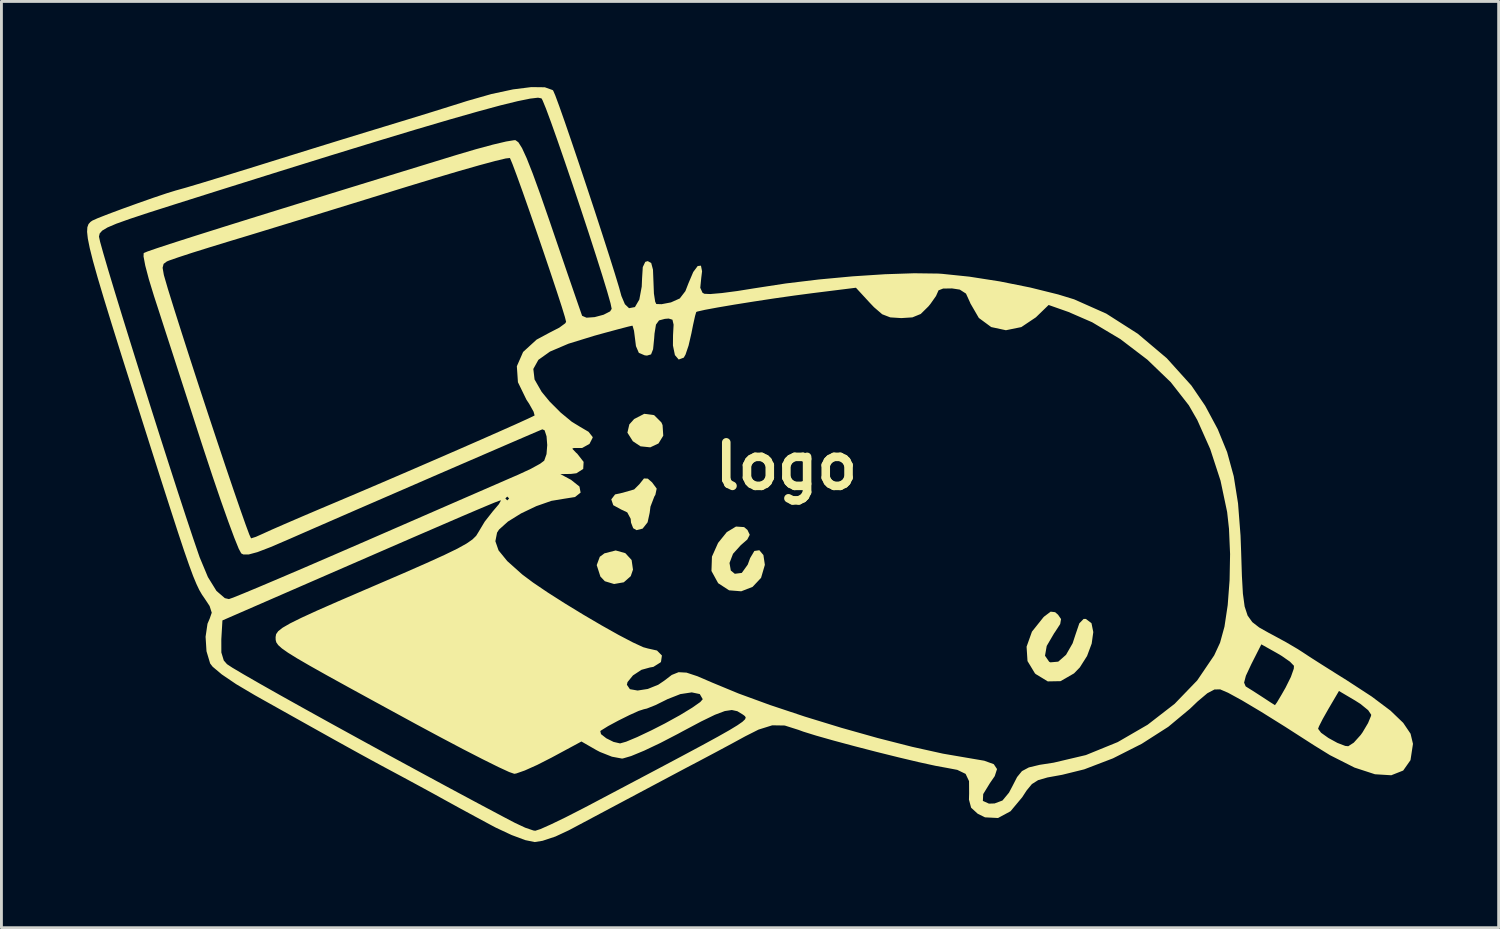
<source format=kicad_pcb>
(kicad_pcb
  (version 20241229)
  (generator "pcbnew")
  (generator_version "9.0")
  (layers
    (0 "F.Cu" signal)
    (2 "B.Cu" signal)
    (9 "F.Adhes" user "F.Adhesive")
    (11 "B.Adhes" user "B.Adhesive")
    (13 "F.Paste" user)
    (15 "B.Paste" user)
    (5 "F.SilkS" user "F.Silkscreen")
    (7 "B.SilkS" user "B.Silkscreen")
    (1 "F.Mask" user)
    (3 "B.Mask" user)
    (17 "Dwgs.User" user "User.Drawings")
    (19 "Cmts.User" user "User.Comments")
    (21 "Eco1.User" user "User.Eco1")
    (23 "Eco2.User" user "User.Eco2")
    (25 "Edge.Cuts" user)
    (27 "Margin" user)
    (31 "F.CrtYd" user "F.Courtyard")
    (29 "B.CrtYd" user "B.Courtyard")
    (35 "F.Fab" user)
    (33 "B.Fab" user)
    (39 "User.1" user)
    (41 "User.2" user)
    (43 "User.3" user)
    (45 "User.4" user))
  (footprint "logo"
    (layer "F.Cu")
    (at 24.487 13.275)
    (property "Reference" "logo" (at 0 0 0) (layer "F.SilkS") (effects (font (size 1.524 1.524) (thickness 0.3))))
    (attr board_only exclude_from_pos_files exclude_from_bom)
    (fp_poly (pts (xy -5.64 3.045) (xy -5.419 3.286) (xy -5.371 3.623) (xy -5.45 3.852) (xy -5.693 4.066) (xy -6.033 4.126) (xy -6.356 4.029) (xy -6.512 3.865) (xy -6.641 3.464) (xy -6.533 3.172) (xy -6.371 3.052) (xy -5.976 2.951)) (stroke (width 0) (type solid)) (fill yes) (layer "F.SilkS"))
    (fp_poly (pts (xy -4.632 -1.788) (xy -4.376 -1.532) (xy -4.335 -1.438) (xy -4.311 -1.068) (xy -4.477 -0.796) (xy -4.766 -0.66) (xy -5.108 -0.696) (xy -5.376 -0.874) (xy -5.566 -1.174) (xy -5.499 -1.464) (xy -5.33 -1.652) (xy -4.976 -1.834)) (stroke (width 0) (type solid)) (fill yes) (layer "F.SilkS"))
    (fp_poly (pts (xy -4.852 0.436) (xy -4.702 0.567) (xy -4.541 0.785) (xy -4.587 1.002) (xy -4.624 1.064) (xy -4.759 1.416) (xy -4.787 1.634) (xy -4.859 1.965) (xy -5.033 2.186) (xy -5.247 2.24) (xy -5.364 2.172) (xy -5.44 1.976) (xy -5.452 1.842) (xy -5.572 1.618) (xy -5.785 1.517) (xy -6.062 1.366) (xy -6.131 1.162) (xy -5.998 0.989) (xy -5.735 0.931) (xy -5.33 0.814) (xy -5.148 0.632) (xy -4.986 0.429)) (stroke (width 0) (type solid)) (fill yes) (layer "F.SilkS"))
    (fp_poly (pts (xy -1.48 2.133) (xy -1.361 2.235) (xy -1.282 2.402) (xy -1.369 2.569) (xy -1.594 2.764) (xy -1.868 3.068) (xy -1.991 3.389) (xy -1.946 3.654) (xy -1.805 3.768) (xy -1.561 3.737) (xy -1.353 3.448) (xy -1.268 3.217) (xy -1.121 2.969) (xy -0.946 2.943) (xy -0.804 3.112) (xy -0.754 3.447) (xy -0.754 3.459) (xy -0.886 3.91) (xy -1.184 4.227) (xy -1.58 4.381) (xy -2.005 4.347) (xy -2.389 4.097) (xy -2.623 3.67) (xy -2.606 3.167) (xy -2.392 2.688) (xy -2.084 2.306) (xy -1.764 2.114)) (stroke (width 0) (type solid)) (fill yes) (layer "F.SilkS"))
    (fp_poly (pts (xy 9.412 5.113) (xy 9.514 5.201) (xy 9.619 5.353) (xy 9.589 5.528) (xy 9.404 5.813) (xy 9.377 5.85) (xy 9.117 6.295) (xy 9.057 6.637) (xy 9.203 6.849) (xy 9.247 6.869) (xy 9.52 6.845) (xy 9.793 6.606) (xy 10.025 6.201) (xy 10.128 5.887) (xy 10.259 5.503) (xy 10.408 5.35) (xy 10.488 5.348) (xy 10.685 5.499) (xy 10.748 5.809) (xy 10.692 6.212) (xy 10.53 6.646) (xy 10.276 7.047) (xy 10.073 7.256) (xy 9.602 7.528) (xy 9.153 7.536) (xy 8.731 7.279) (xy 8.704 7.254) (xy 8.444 6.824) (xy 8.412 6.321) (xy 8.6 5.794) (xy 9 5.293) (xy 9.033 5.261) (xy 9.256 5.094)) (stroke (width 0) (type solid)) (fill yes) (layer "F.SilkS"))
    (fp_poly (pts (xy -8.458 -13.269) (xy -8.185 -13.171) (xy -8.164 -13.148) (xy -8.093 -12.985) (xy -7.954 -12.609) (xy -7.76 -12.059) (xy -7.526 -11.377) (xy -7.264 -10.603) (xy -6.988 -9.776) (xy -6.71 -8.936) (xy -6.446 -8.125) (xy -6.207 -7.382) (xy -6.007 -6.747) (xy -5.859 -6.26) (xy -5.777 -5.962) (xy -5.777 -5.961) (xy -5.654 -5.672) (xy -5.509 -5.533) (xy -5.303 -5.572) (xy -5.149 -5.836) (xy -5.065 -6.289) (xy -5.053 -6.574) (xy -5.028 -6.972) (xy -4.941 -7.155) (xy -4.854 -7.181) (xy -4.733 -7.115) (xy -4.671 -6.883) (xy -4.654 -6.458) (xy -4.638 -6.047) (xy -4.594 -5.761) (xy -4.555 -5.679) (xy -4.369 -5.673) (xy -4.054 -5.733) (xy -4.034 -5.739) (xy -3.732 -5.874) (xy -3.536 -6.13) (xy -3.427 -6.409) (xy -3.261 -6.8) (xy -3.105 -7.009) (xy -2.991 -7.022) (xy -2.952 -6.826) (xy -2.98 -6.598) (xy -3.015 -6.248) (xy -2.936 -6.073) (xy -2.87 -6.037) (xy -2.666 -6.028) (xy -2.259 -6.063) (xy -1.711 -6.135) (xy -1.099 -6.233) (xy -0.026 -6.398) (xy 1.135 -6.538) (xy 2.317 -6.648) (xy 3.453 -6.722) (xy 4.475 -6.756) (xy 5.316 -6.745) (xy 5.452 -6.736) (xy 6.409 -6.637) (xy 7.473 -6.471) (xy 8.543 -6.256) (xy 9.518 -6.014) (xy 10.077 -5.843) (xy 11.202 -5.343) (xy 12.306 -4.638) (xy 13.321 -3.781) (xy 14.183 -2.825) (xy 14.665 -2.117) (xy 15.106 -1.295) (xy 15.434 -0.493) (xy 15.666 0.352) (xy 15.817 1.304) (xy 15.904 2.427) (xy 15.925 2.992) (xy 15.952 3.839) (xy 15.987 4.464) (xy 16.048 4.914) (xy 16.152 5.231) (xy 16.317 5.461) (xy 16.559 5.649) (xy 16.897 5.839) (xy 17.061 5.926) (xy 17.506 6.168) (xy 17.907 6.404) (xy 18.077 6.513) (xy 18.333 6.682) (xy 18.75 6.948) (xy 19.261 7.27) (xy 19.615 7.491) (xy 20.499 8.067) (xy 21.155 8.56) (xy 21.601 8.988) (xy 21.858 9.368) (xy 21.942 9.719) (xy 21.942 9.729) (xy 21.856 10.294) (xy 21.6 10.658) (xy 21.183 10.823) (xy 20.612 10.788) (xy 19.895 10.554) (xy 19.037 10.12) (xy 18.475 9.773) (xy 17.577 9.196) (xy 18.62 9.196) (xy 18.725 9.335) (xy 18.982 9.518) (xy 19.296 9.69) (xy 19.572 9.796) (xy 19.677 9.806) (xy 19.87 9.681) (xy 20.111 9.413) (xy 20.176 9.322) (xy 20.369 8.997) (xy 20.473 8.747) (xy 20.48 8.704) (xy 20.374 8.545) (xy 20.105 8.326) (xy 19.915 8.205) (xy 19.351 7.872) (xy 18.987 8.491) (xy 18.783 8.851) (xy 18.65 9.113) (xy 18.62 9.196) (xy 17.577 9.196) (xy 17.468 9.126) (xy 16.622 8.598) (xy 15.95 8.198) (xy 15.467 7.934) (xy 15.19 7.815) (xy 14.991 7.82) (xy 14.742 7.951) (xy 14.398 8.241) (xy 14.132 8.496) (xy 13.375 9.126) (xy 12.447 9.72) (xy 11.437 10.231) (xy 10.431 10.616) (xy 9.658 10.807) (xy 9.144 10.9) (xy 8.816 10.994) (xy 8.598 11.132) (xy 8.412 11.358) (xy 8.259 11.593) (xy 7.849 12.084) (xy 7.412 12.32) (xy 6.957 12.297) (xy 6.701 12.171) (xy 6.47 11.96) (xy 6.394 11.677) (xy 6.4 11.457) (xy 6.397 11.029) (xy 6.277 10.775) (xy 5.985 10.634) (xy 5.615 10.564) (xy 5.217 10.491) (xy 4.636 10.364) (xy 3.932 10.197) (xy 3.163 10.006) (xy 2.386 9.805) (xy 1.66 9.61) (xy 1.042 9.435) (xy 0.591 9.295) (xy 0.425 9.234) (xy -0.057 9.081) (xy -0.494 9.074) (xy -0.974 9.224) (xy -1.442 9.46) (xy -1.886 9.702) (xy -2.475 10.018) (xy -3.12 10.36) (xy -3.524 10.572) (xy -7.616 12.749) (xy -8.088 12.969) (xy -8.537 13.118) (xy -8.813 13.162) (xy -9.141 13.095) (xy -9.619 12.917) (xy -10.173 12.658) (xy -10.306 12.588) (xy -10.872 12.283) (xy -11.429 11.981) (xy -11.878 11.734) (xy -11.969 11.684) (xy -12.354 11.471) (xy -12.885 11.182) (xy -13.475 10.863) (xy -13.764 10.708) (xy -14.154 10.499) (xy -14.523 10.299) (xy -14.907 10.089) (xy -15.34 9.85) (xy -15.856 9.564) (xy -16.489 9.21) (xy -17.274 8.771) (xy -18.245 8.227) (xy -18.617 8.018) (xy -19.267 7.633) (xy -19.77 7.292) (xy -20.091 7.022) (xy -20.178 6.909) (xy -20.306 6.48) (xy -20.332 6.065) (xy -19.787 6.065) (xy -19.786 6.523) (xy -19.701 6.803) (xy -19.588 6.933) (xy -19.401 7.056) (xy -19.008 7.289) (xy -18.436 7.618) (xy -17.714 8.026) (xy -16.868 8.498) (xy -15.928 9.019) (xy -14.92 9.573) (xy -13.873 10.146) (xy -12.814 10.721) (xy -11.772 11.284) (xy -10.774 11.819) (xy -9.848 12.311) (xy -9.51 12.488) (xy -9.146 12.659) (xy -8.858 12.757) (xy -8.791 12.766) (xy -8.609 12.707) (xy -8.242 12.543) (xy -7.737 12.299) (xy -7.142 11.995) (xy -6.927 11.883) (xy -5.626 11.196) (xy -4.541 10.622) (xy -3.655 10.151) (xy -2.947 9.772) (xy -2.4 9.473) (xy -1.995 9.244) (xy -1.714 9.073) (xy -1.537 8.95) (xy -1.446 8.863) (xy -1.423 8.801) (xy -1.45 8.754) (xy -1.506 8.71) (xy -1.537 8.689) (xy -1.717 8.58) (xy -1.909 8.538) (xy -2.156 8.575) (xy -2.499 8.704) (xy -2.979 8.937) (xy -3.64 9.288) (xy -3.798 9.374) (xy -4.415 9.694) (xy -4.978 9.961) (xy -5.434 10.15) (xy -5.725 10.235) (xy -5.758 10.238) (xy -6.108 10.173) (xy -6.528 10.007) (xy -6.654 9.941) (xy -7.176 9.641) (xy -8.226 10.207) (xy -8.725 10.461) (xy -9.16 10.656) (xy -9.46 10.761) (xy -9.528 10.772) (xy -9.706 10.71) (xy -10.085 10.535) (xy -10.633 10.263) (xy -11.319 9.911) (xy -12.111 9.493) (xy -12.516 9.276) (xy -6.516 9.276) (xy -6.491 9.383) (xy -6.306 9.528) (xy -6.052 9.655) (xy -5.823 9.708) (xy -5.611 9.648) (xy -5.224 9.486) (xy -4.722 9.248) (xy -4.255 9.01) (xy -3.726 8.718) (xy -3.297 8.457) (xy -3.015 8.259) (xy -2.928 8.16) (xy -3.032 7.98) (xy -3.313 7.921) (xy -3.712 7.981) (xy -4.167 8.16) (xy -4.201 8.178) (xy -4.584 8.367) (xy -4.885 8.487) (xy -4.99 8.511) (xy -5.17 8.569) (xy -5.496 8.716) (xy -5.882 8.908) (xy -6.241 9.101) (xy -6.488 9.254) (xy -6.516 9.276) (xy -12.516 9.276) (xy -12.979 9.027) (xy -13.21 8.901) (xy -14.377 8.265) (xy -15.331 7.743) (xy -16.094 7.322) (xy -16.688 6.988) (xy -17.134 6.729) (xy -17.453 6.531) (xy -17.666 6.381) (xy -17.794 6.266) (xy -17.86 6.172) (xy -17.883 6.086) (xy -17.886 5.994) (xy -17.886 5.983) (xy -17.868 5.882) (xy -17.795 5.778) (xy -17.641 5.657) (xy -17.38 5.506) (xy -16.985 5.31) (xy -16.432 5.056) (xy -15.692 4.731) (xy -14.741 4.321) (xy -14.429 4.187) (xy -13.402 3.745) (xy -12.594 3.39) (xy -11.976 3.109) (xy -11.521 2.888) (xy -11.203 2.711) (xy -11.082 2.628) (xy -10.19 2.628) (xy -10.079 2.948) (xy -9.775 3.322) (xy -9.258 3.784) (xy -9.244 3.796) (xy -8.869 4.076) (xy -8.359 4.421) (xy -7.758 4.804) (xy -7.113 5.198) (xy -6.47 5.575) (xy -5.875 5.909) (xy -5.373 6.172) (xy -5.011 6.339) (xy -4.852 6.383) (xy -4.53 6.455) (xy -4.358 6.63) (xy -4.39 6.849) (xy -4.408 6.872) (xy -4.657 7.028) (xy -4.774 7.048) (xy -5.075 7.131) (xy -5.372 7.327) (xy -5.562 7.56) (xy -5.585 7.654) (xy -5.479 7.809) (xy -5.209 7.856) (xy -4.853 7.801) (xy -4.486 7.653) (xy -4.28 7.514) (xy -4.013 7.31) (xy -3.774 7.214) (xy -3.497 7.229) (xy -3.113 7.356) (xy -2.595 7.579) (xy -1.672 7.961) (xy -0.57 8.364) (xy 0.649 8.77) (xy 1.925 9.161) (xy 3.197 9.519) (xy 4.404 9.827) (xy 5.486 10.067) (xy 6.355 10.216) (xy 6.93 10.314) (xy 7.263 10.435) (xy 7.377 10.606) (xy 7.297 10.853) (xy 7.128 11.099) (xy 6.893 11.482) (xy 6.881 11.721) (xy 7.094 11.817) (xy 7.293 11.81) (xy 7.568 11.707) (xy 7.796 11.432) (xy 7.913 11.211) (xy 8.08 10.886) (xy 8.25 10.678) (xy 8.491 10.549) (xy 8.87 10.458) (xy 9.362 10.382) (xy 10.489 10.116) (xy 11.602 9.662) (xy 12.652 9.053) (xy 13.596 8.322) (xy 14.312 7.58) (xy 16.029 7.58) (xy 16.083 7.709) (xy 16.112 7.729) (xy 16.342 7.872) (xy 16.661 8.078) (xy 16.69 8.097) (xy 16.957 8.272) (xy 17.103 8.364) (xy 17.11 8.368) (xy 17.181 8.269) (xy 17.34 8.002) (xy 17.481 7.755) (xy 17.667 7.381) (xy 17.769 7.092) (xy 17.775 6.99) (xy 17.634 6.845) (xy 17.341 6.641) (xy 17.177 6.544) (xy 16.633 6.239) (xy 16.283 6.93) (xy 16.091 7.34) (xy 16.029 7.58) (xy 14.312 7.58) (xy 14.388 7.501) (xy 14.982 6.624) (xy 15.187 6.182) (xy 15.342 5.618) (xy 15.455 4.864) (xy 15.521 3.992) (xy 15.538 3.077) (xy 15.5 2.192) (xy 15.435 1.604) (xy 15.204 0.508) (xy 14.842 -0.601) (xy 14.39 -1.616) (xy 14.093 -2.133) (xy 13.462 -2.94) (xy 12.64 -3.731) (xy 11.698 -4.449) (xy 10.708 -5.04) (xy 9.878 -5.401) (xy 9.184 -5.645) (xy 8.738 -5.213) (xy 8.228 -4.871) (xy 7.688 -4.761) (xy 7.173 -4.872) (xy 6.74 -5.191) (xy 6.442 -5.705) (xy 6.433 -5.731) (xy 6.29 -6.044) (xy 6.072 -6.184) (xy 5.801 -6.225) (xy 5.488 -6.22) (xy 5.326 -6.156) (xy 5.319 -6.136) (xy 5.24 -5.958) (xy 5.043 -5.679) (xy 4.975 -5.596) (xy 4.705 -5.33) (xy 4.413 -5.211) (xy 4.024 -5.186) (xy 3.638 -5.211) (xy 3.356 -5.32) (xy 3.068 -5.568) (xy 2.926 -5.717) (xy 2.436 -6.249) (xy 0.919 -6.06) (xy 0.276 -5.975) (xy -0.427 -5.875) (xy -1.142 -5.766) (xy -1.819 -5.658) (xy -2.406 -5.558) (xy -2.854 -5.475) (xy -3.114 -5.416) (xy -3.156 -5.399) (xy -3.197 -5.261) (xy -3.268 -4.941) (xy -3.326 -4.649) (xy -3.424 -4.225) (xy -3.532 -3.907) (xy -3.593 -3.801) (xy -3.77 -3.735) (xy -3.903 -3.891) (xy -3.972 -4.227) (xy -3.969 -4.581) (xy -3.949 -4.955) (xy -3.989 -5.129) (xy -4.121 -5.17) (xy -4.254 -5.159) (xy -4.459 -5.105) (xy -4.566 -4.958) (xy -4.617 -4.645) (xy -4.629 -4.48) (xy -4.667 -4.096) (xy -4.738 -3.915) (xy -4.88 -3.873) (xy -4.961 -3.882) (xy -5.166 -3.969) (xy -5.267 -4.204) (xy -5.294 -4.422) (xy -5.335 -4.742) (xy -5.384 -4.912) (xy -5.396 -4.92) (xy -5.541 -4.887) (xy -5.885 -4.797) (xy -6.37 -4.666) (xy -6.728 -4.567) (xy -7.63 -4.289) (xy -8.278 -4.013) (xy -8.684 -3.724) (xy -8.861 -3.405) (xy -8.818 -3.037) (xy -8.569 -2.603) (xy -8.289 -2.263) (xy -7.902 -1.876) (xy -7.512 -1.554) (xy -7.218 -1.375) (xy -6.928 -1.205) (xy -6.785 -1.024) (xy -6.782 -1) (xy -6.895 -0.779) (xy -7.157 -0.636) (xy -7.447 -0.636) (xy -7.498 -0.613) (xy -7.363 -0.471) (xy -7.325 -0.439) (xy -7.1 -0.151) (xy -7.114 0.096) (xy -7.352 0.248) (xy -7.543 0.271) (xy -7.913 0.277) (xy -7.539 0.479) (xy -7.246 0.712) (xy -7.205 0.925) (xy -7.401 1.08) (xy -7.782 1.14) (xy -8.228 1.214) (xy -8.756 1.399) (xy -9.29 1.654) (xy -9.751 1.94) (xy -10.062 2.22) (xy -10.131 2.326) (xy -10.19 2.628) (xy -11.082 2.628) (xy -10.992 2.565) (xy -10.862 2.437) (xy -10.788 2.317) (xy -10.564 1.943) (xy -10.275 1.574) (xy -10.265 1.563) (xy -10.067 1.33) (xy -9.996 1.204) (xy -10.006 1.197) (xy -10.067 1.215) (xy -10.221 1.274) (xy -10.481 1.382) (xy -10.865 1.544) (xy -11.388 1.767) (xy -12.066 2.06) (xy -12.915 2.427) (xy -13.951 2.877) (xy -15.19 3.416) (xy -16.649 4.051) (xy -17.554 4.445) (xy -19.748 5.401) (xy -19.787 6.065) (xy -20.332 6.065) (xy -20.338 5.974) (xy -20.271 5.518) (xy -20.193 5.336) (xy -20.122 5.131) (xy -20.197 4.896) (xy -20.367 4.639) (xy -20.464 4.498) (xy -20.559 4.335) (xy -20.659 4.124) (xy -20.776 3.842) (xy -20.916 3.462) (xy -21.091 2.959) (xy -21.307 2.308) (xy -21.575 1.482) (xy -21.904 0.458) (xy -22.302 -0.791) (xy -22.367 -0.997) (xy -22.859 -2.547) (xy -23.276 -3.862) (xy -23.621 -4.965) (xy -23.9 -5.873) (xy -24.119 -6.608) (xy -24.282 -7.188) (xy -24.394 -7.635) (xy -24.461 -7.967) (xy -24.469 -8.035) (xy -24.07 -8.035) (xy -24.031 -7.856) (xy -23.919 -7.455) (xy -23.746 -6.864) (xy -23.52 -6.115) (xy -23.252 -5.24) (xy -22.951 -4.27) (xy -22.628 -3.237) (xy -22.293 -2.172) (xy -21.955 -1.107) (xy -21.624 -0.074) (xy -21.311 0.896) (xy -21.025 1.77) (xy -20.776 2.518) (xy -20.574 3.108) (xy -20.545 3.192) (xy -20.256 3.884) (xy -19.957 4.368) (xy -19.663 4.621) (xy -19.522 4.654) (xy -19.375 4.603) (xy -19.012 4.456) (xy -18.46 4.226) (xy -17.747 3.924) (xy -16.9 3.562) (xy -15.948 3.151) (xy -14.917 2.704) (xy -14.783 2.646) (xy -13.709 2.178) (xy -12.681 1.73) (xy -11.731 1.316) (xy -11.304 1.13) (xy -9.841 1.13) (xy -9.774 1.197) (xy -9.708 1.13) (xy -9.774 1.064) (xy -9.841 1.13) (xy -11.304 1.13) (xy -10.892 0.951) (xy -10.198 0.649) (xy -9.682 0.424) (xy -9.377 0.292) (xy -9.375 0.291) (xy -8.949 0.093) (xy -8.624 -0.085) (xy -8.48 -0.193) (xy -8.399 -0.423) (xy -8.374 -0.739) (xy -8.398 -1.047) (xy -8.466 -1.256) (xy -8.544 -1.291) (xy -8.757 -1.201) (xy -9.178 -1.02) (xy -9.772 -0.764) (xy -10.503 -0.448) (xy -11.338 -0.087) (xy -12.239 0.303) (xy -13.171 0.708) (xy -14.1 1.111) (xy -14.99 1.497) (xy -15.805 1.852) (xy -16.51 2.159) (xy -17.07 2.404) (xy -17.396 2.547) (xy -18.059 2.832) (xy -18.524 3.01) (xy -18.83 3.092) (xy -19.017 3.091) (xy -19.089 3.054) (xy -19.177 2.891) (xy -19.332 2.508) (xy -19.544 1.937) (xy -19.801 1.212) (xy -20.09 0.365) (xy -20.399 -0.57) (xy -20.489 -0.845) (xy -20.823 -1.878) (xy -21.155 -2.904) (xy -21.468 -3.873) (xy -21.749 -4.738) (xy -21.979 -5.45) (xy -22.145 -5.96) (xy -22.151 -5.98) (xy -22.325 -6.549) (xy -22.43 -6.948) (xy -21.843 -6.948) (xy -21.799 -6.694) (xy -21.672 -6.257) (xy -21.661 -6.219) (xy -21.436 -5.495) (xy -21.171 -4.66) (xy -20.877 -3.746) (xy -20.566 -2.789) (xy -20.247 -1.819) (xy -19.932 -0.871) (xy -19.633 0.024) (xy -19.359 0.831) (xy -19.122 1.518) (xy -18.934 2.051) (xy -18.805 2.398) (xy -18.745 2.527) (xy -18.745 2.527) (xy -18.576 2.474) (xy -18.287 2.345) (xy -18.273 2.338) (xy -18.022 2.224) (xy -17.576 2.029) (xy -16.987 1.775) (xy -16.304 1.484) (xy -15.825 1.282) (xy -15.034 0.947) (xy -14.174 0.58) (xy -13.277 0.194) (xy -12.378 -0.195) (xy -11.51 -0.572) (xy -10.708 -0.923) (xy -10.006 -1.233) (xy -9.436 -1.487) (xy -9.034 -1.67) (xy -8.832 -1.768) (xy -8.816 -1.778) (xy -8.852 -1.908) (xy -9.003 -2.178) (xy -9.103 -2.33) (xy -9.4 -2.94) (xy -9.438 -3.5) (xy -9.219 -4) (xy -8.748 -4.431) (xy -8.291 -4.677) (xy -7.952 -4.851) (xy -7.744 -5.003) (xy -7.713 -5.055) (xy -7.755 -5.224) (xy -7.869 -5.596) (xy -8.042 -6.127) (xy -8.257 -6.773) (xy -8.499 -7.489) (xy -8.753 -8.231) (xy -9.005 -8.955) (xy -9.237 -9.615) (xy -9.437 -10.169) (xy -9.587 -10.57) (xy -9.673 -10.776) (xy -9.683 -10.792) (xy -9.828 -10.776) (xy -10.195 -10.688) (xy -10.752 -10.538) (xy -11.467 -10.334) (xy -12.308 -10.085) (xy -13.245 -9.8) (xy -13.631 -9.681) (xy -14.72 -9.343) (xy -15.838 -8.998) (xy -16.927 -8.662) (xy -17.933 -8.354) (xy -18.799 -8.089) (xy -19.469 -7.887) (xy -19.482 -7.883) (xy -20.184 -7.668) (xy -20.808 -7.473) (xy -21.302 -7.311) (xy -21.618 -7.201) (xy -21.696 -7.168) (xy -21.808 -7.085) (xy -21.843 -6.948) (xy -22.43 -6.948) (xy -22.45 -7.023) (xy -22.511 -7.347) (xy -22.505 -7.463) (xy -22.377 -7.517) (xy -22.039 -7.634) (xy -21.487 -7.815) (xy -20.716 -8.062) (xy -19.72 -8.376) (xy -18.494 -8.759) (xy -17.033 -9.212) (xy -15.332 -9.737) (xy -13.386 -10.336) (xy -11.545 -10.901) (xy -10.874 -11.099) (xy -10.279 -11.26) (xy -9.813 -11.37) (xy -9.53 -11.416) (xy -9.484 -11.415) (xy -9.384 -11.342) (xy -9.257 -11.14) (xy -9.094 -10.785) (xy -8.884 -10.253) (xy -8.617 -9.519) (xy -8.284 -8.56) (xy -8.222 -8.378) (xy -7.933 -7.532) (xy -7.672 -6.768) (xy -7.45 -6.124) (xy -7.281 -5.635) (xy -7.178 -5.339) (xy -7.152 -5.266) (xy -6.999 -5.2) (xy -6.714 -5.22) (xy -6.402 -5.303) (xy -6.172 -5.421) (xy -6.117 -5.51) (xy -6.158 -5.707) (xy -6.273 -6.113) (xy -6.448 -6.686) (xy -6.67 -7.387) (xy -6.925 -8.176) (xy -7.201 -9.014) (xy -7.484 -9.859) (xy -7.761 -10.673) (xy -8.018 -11.416) (xy -8.242 -12.047) (xy -8.42 -12.527) (xy -8.539 -12.816) (xy -8.575 -12.88) (xy -8.696 -12.904) (xy -8.971 -12.872) (xy -9.408 -12.783) (xy -10.016 -12.634) (xy -10.805 -12.42) (xy -11.784 -12.141) (xy -12.963 -11.794) (xy -14.35 -11.375) (xy -15.955 -10.882) (xy -17.787 -10.312) (xy -19.856 -9.663) (xy -21.444 -9.161) (xy -22.329 -8.879) (xy -22.991 -8.66) (xy -23.462 -8.492) (xy -23.774 -8.359) (xy -23.958 -8.249) (xy -24.046 -8.149) (xy -24.07 -8.044) (xy -24.07 -8.035) (xy -24.469 -8.035) (xy -24.487 -8.205) (xy -24.478 -8.368) (xy -24.438 -8.477) (xy -24.373 -8.551) (xy -24.303 -8.6) (xy -24.114 -8.685) (xy -23.739 -8.832) (xy -23.244 -9.016) (xy -22.695 -9.214) (xy -22.157 -9.403) (xy -21.696 -9.558) (xy -21.378 -9.656) (xy -21.344 -9.665) (xy -21.023 -9.755) (xy -20.456 -9.924) (xy -19.65 -10.17) (xy -18.614 -10.49) (xy -17.355 -10.883) (xy -17.354 -10.883) (xy -16.518 -11.143) (xy -15.582 -11.432) (xy -14.672 -11.711) (xy -14.03 -11.907) (xy -13.256 -12.143) (xy -12.421 -12.4) (xy -11.641 -12.644) (xy -11.171 -12.792) (xy -10.329 -13.032) (xy -9.57 -13.195) (xy -8.933 -13.275)) (stroke (width 0) (type solid)) (fill yes) (layer "F.SilkS")))
  (gr_rect
    (start -3 -3)
    (end 49.43 29.437)
    (stroke (width 0.1) (type default))
    (fill no)
    (layer "Edge.Cuts")))
</source>
